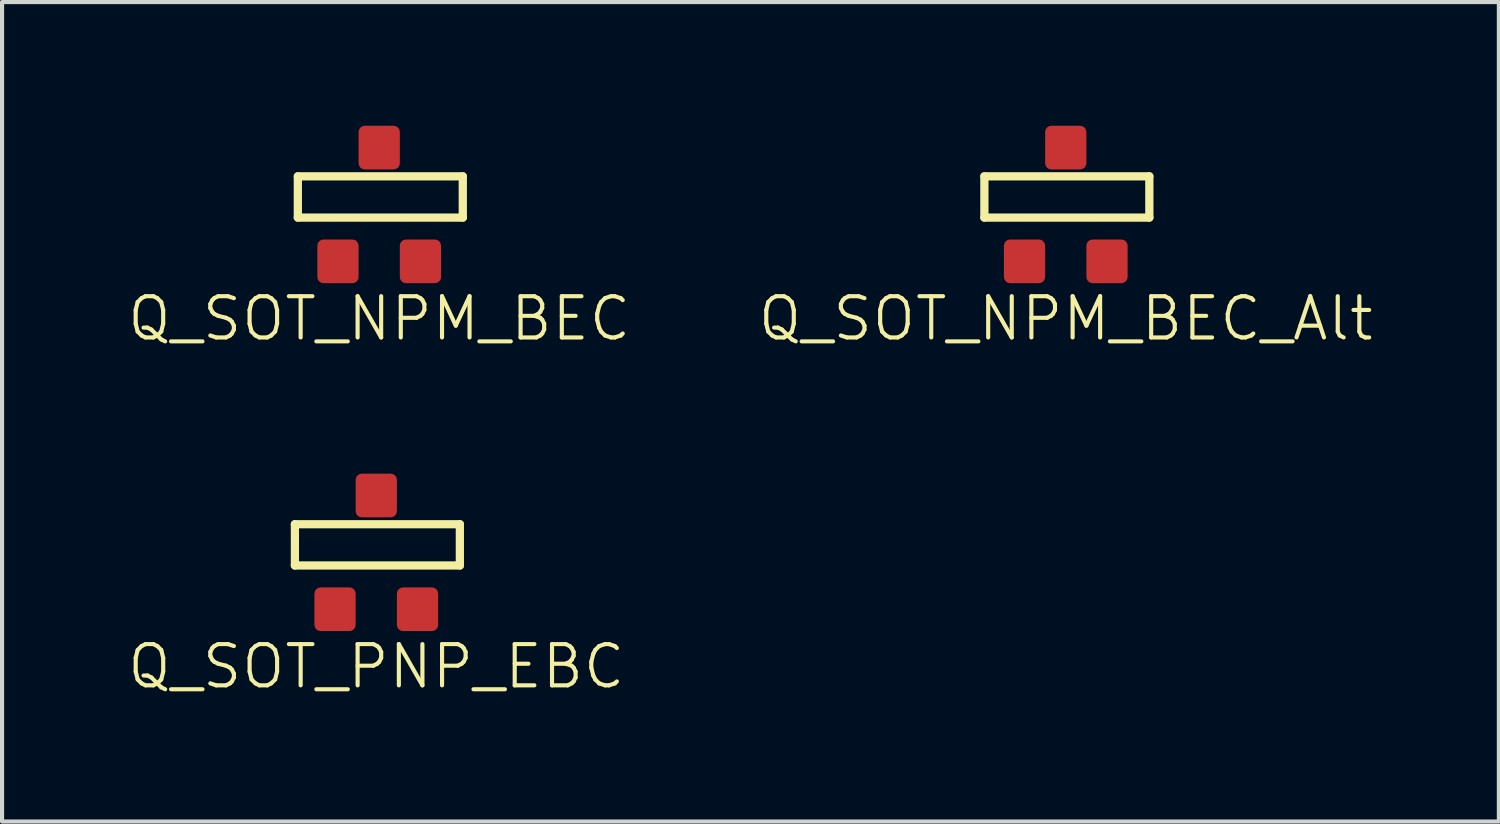
<source format=kicad_pcb>
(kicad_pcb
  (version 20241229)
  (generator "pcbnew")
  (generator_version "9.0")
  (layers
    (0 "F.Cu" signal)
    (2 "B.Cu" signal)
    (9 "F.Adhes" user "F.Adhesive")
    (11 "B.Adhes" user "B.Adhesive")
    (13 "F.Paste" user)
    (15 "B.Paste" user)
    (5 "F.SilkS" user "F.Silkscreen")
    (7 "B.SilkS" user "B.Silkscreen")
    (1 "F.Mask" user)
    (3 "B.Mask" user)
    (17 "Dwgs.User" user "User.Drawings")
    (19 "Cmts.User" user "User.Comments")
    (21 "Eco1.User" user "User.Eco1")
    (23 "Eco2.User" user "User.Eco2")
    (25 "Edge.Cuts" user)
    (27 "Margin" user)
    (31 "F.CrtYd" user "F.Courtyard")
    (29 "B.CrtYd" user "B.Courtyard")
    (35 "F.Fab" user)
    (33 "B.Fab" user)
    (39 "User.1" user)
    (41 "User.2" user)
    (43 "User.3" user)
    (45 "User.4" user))
  (footprint "Q_SOT_NPM_BEC_Alt"
    (layer "F.Cu")
    (at 22.793 1.925)
    (property "Reference" "Q_SOT_NPM_BEC_Alt" (at 0 2.75 0) (unlocked yes) (layer "F.SilkS") (effects (font (size 1 1) (thickness 0.1))))
    (attr smd)
    (fp_line (start -1.973 -0.699) (end -1.973 0.301) (stroke (width 0.2) (type solid)) (layer "F.SilkS"))
    (fp_line (start -1.973 0.301) (end 2.027 0.301) (stroke (width 0.2) (type solid)) (layer "F.SilkS"))
    (fp_line (start 2.027 -0.699) (end -1.973 -0.699) (stroke (width 0.2) (type solid)) (layer "F.SilkS"))
    (fp_line (start 2.027 0.301) (end 2.027 -0.699) (stroke (width 0.2) (type solid)) (layer "F.SilkS"))
    (pad "1" smd roundrect (at 1 1.362 90) (size 1.059 1) (layers "F.Cu" "F.Mask" "F.Paste") (roundrect_rratio 0.15))
    (pad "2" smd roundrect (at -1 1.362 90) (size 1.059 1) (layers "F.Cu" "F.Mask" "F.Paste") (roundrect_rratio 0.15))
    (pad "3" smd roundrect (at 0 -1.396 90) (size 1.059 1) (layers "F.Cu" "F.Mask" "F.Paste") (roundrect_rratio 0.15)))
  (footprint "Q_SOT_PNP_EBC"
    (layer "F.Cu")
    (at 6.074 10.361)
    (property "Reference" "Q_SOT_PNP_EBC" (at 0 2.75 0) (unlocked yes) (layer "F.SilkS") (effects (font (size 1 1) (thickness 0.1))))
    (attr smd)
    (fp_line (start -1.973 -0.699) (end -1.973 0.301) (stroke (width 0.2) (type solid)) (layer "F.SilkS"))
    (fp_line (start -1.973 0.301) (end 2.027 0.301) (stroke (width 0.2) (type solid)) (layer "F.SilkS"))
    (fp_line (start 2.027 -0.699) (end -1.973 -0.699) (stroke (width 0.2) (type solid)) (layer "F.SilkS"))
    (fp_line (start 2.027 0.301) (end 2.027 -0.699) (stroke (width 0.2) (type solid)) (layer "F.SilkS"))
    (pad "1" smd roundrect (at 1 1.362 90) (size 1.059 1) (layers "F.Cu" "F.Mask" "F.Paste") (roundrect_rratio 0.15))
    (pad "2" smd roundrect (at -1 1.362 90) (size 1.059 1) (layers "F.Cu" "F.Mask" "F.Paste") (roundrect_rratio 0.15))
    (pad "3" smd roundrect (at 0 -1.396 90) (size 1.059 1) (layers "F.Cu" "F.Mask" "F.Paste") (roundrect_rratio 0.15)))
  (footprint "Q_SOT_NPM_BEC"
    (layer "F.Cu")
    (at 6.145 1.925)
    (property "Reference" "Q_SOT_NPM_BEC" (at 0 2.75 0) (unlocked yes) (layer "F.SilkS") (effects (font (size 1 1) (thickness 0.1))))
    (attr smd)
    (fp_line (start -1.973 -0.699) (end -1.973 0.301) (stroke (width 0.2) (type solid)) (layer "F.SilkS"))
    (fp_line (start -1.973 0.301) (end 2.027 0.301) (stroke (width 0.2) (type solid)) (layer "F.SilkS"))
    (fp_line (start 2.027 -0.699) (end -1.973 -0.699) (stroke (width 0.2) (type solid)) (layer "F.SilkS"))
    (fp_line (start 2.027 0.301) (end 2.027 -0.699) (stroke (width 0.2) (type solid)) (layer "F.SilkS"))
    (pad "1" smd roundrect (at -1 1.362 90) (size 1.059 1) (layers "F.Cu" "F.Mask" "F.Paste") (roundrect_rratio 0.15))
    (pad "2" smd roundrect (at 1 1.362 90) (size 1.059 1) (layers "F.Cu" "F.Mask" "F.Paste") (roundrect_rratio 0.15))
    (pad "3" smd roundrect (at 0 -1.396 90) (size 1.059 1) (layers "F.Cu" "F.Mask" "F.Paste") (roundrect_rratio 0.15)))
  (gr_rect
    (start -3 -3)
    (end 33.295 16.871)
    (stroke (width 0.1) (type default))
    (fill no)
    (layer "Edge.Cuts")))
</source>
